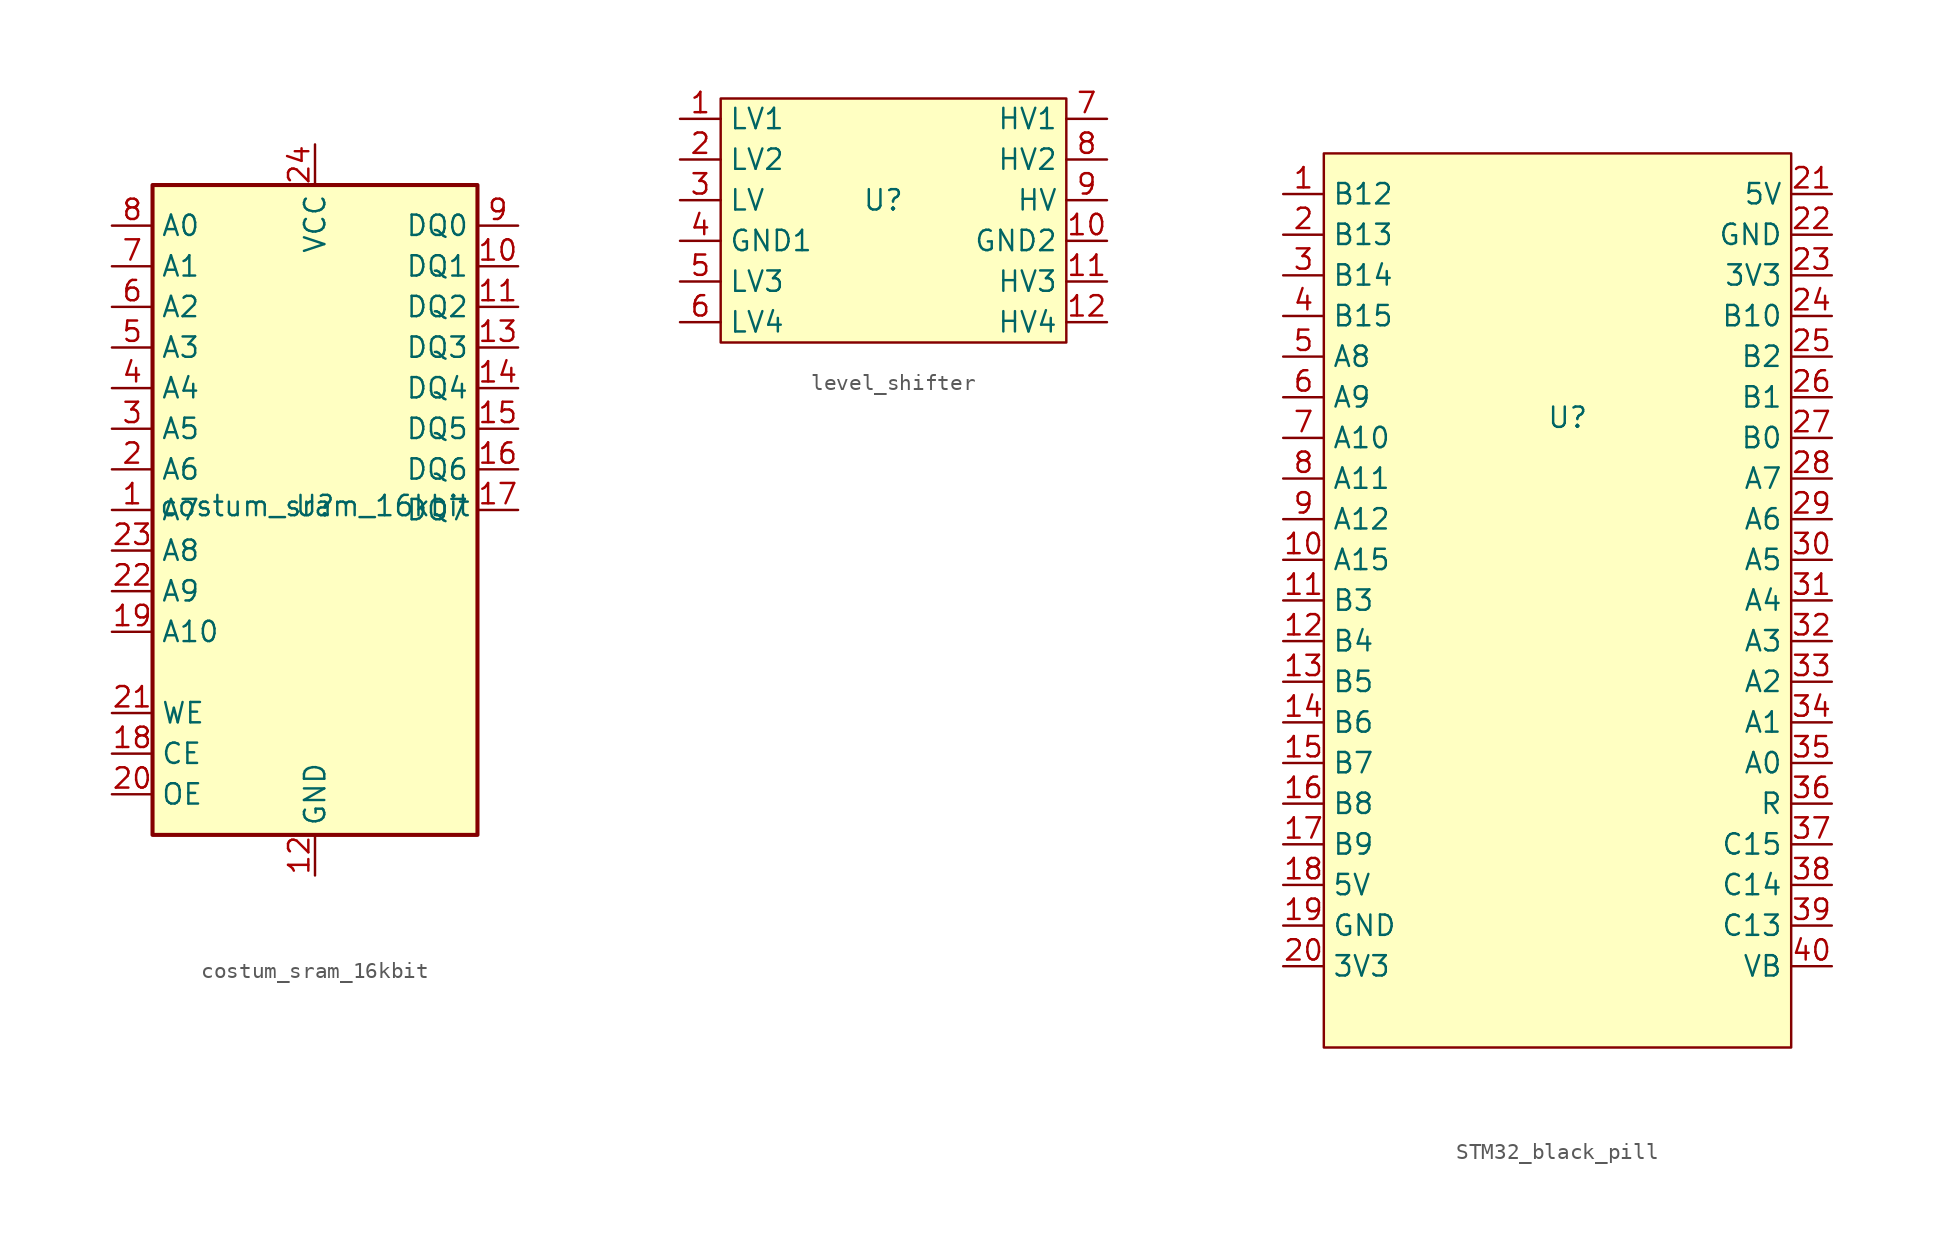
<source format=kicad_sym>
(kicad_symbol_lib
  (version 20241209)
  (generator "kicad_symbol_editor")
  (generator_version "9.0")
  (symbol "costum_sram_16kbit"
    (property "Reference" "U"
      (at 0 0.254 0)
      (effects (font (size 1.27 1.27))))
    (property "Value" "costum_sram_16kbit"
      (at 0 0.254 0)
      (effects (font (size 1.27 1.27))))
    (symbol "costum_sram_16kbit_1_1"
      (rectangle (start -10.16 20.32) (end 10.16 -20.32) (stroke (width 0.254) (type default)) (fill (type background)))
      (pin input line (at -12.7 17.78 0) (length 2.54) (name "A0" (effects (font (size 1.27 1.27)))) (number "8" (effects (font (size 1.27 1.27)))))
      (pin input line (at -12.7 15.24 0) (length 2.54) (name "A1" (effects (font (size 1.27 1.27)))) (number "7" (effects (font (size 1.27 1.27)))))
      (pin input line (at -12.7 12.7 0) (length 2.54) (name "A2" (effects (font (size 1.27 1.27)))) (number "6" (effects (font (size 1.27 1.27)))))
      (pin input line (at -12.7 10.16 0) (length 2.54) (name "A3" (effects (font (size 1.27 1.27)))) (number "5" (effects (font (size 1.27 1.27)))))
      (pin input line (at -12.7 7.62 0) (length 2.54) (name "A4" (effects (font (size 1.27 1.27)))) (number "4" (effects (font (size 1.27 1.27)))))
      (pin input line (at -12.7 5.08 0) (length 2.54) (name "A5" (effects (font (size 1.27 1.27)))) (number "3" (effects (font (size 1.27 1.27)))))
      (pin input line (at -12.7 2.54 0) (length 2.54) (name "A6" (effects (font (size 1.27 1.27)))) (number "2" (effects (font (size 1.27 1.27)))))
      (pin input line (at -12.7 0 0) (length 2.54) (name "A7" (effects (font (size 1.27 1.27)))) (number "1" (effects (font (size 1.27 1.27)))))
      (pin input line (at -12.7 -2.54 0) (length 2.54) (name "A8" (effects (font (size 1.27 1.27)))) (number "23" (effects (font (size 1.27 1.27)))))
      (pin input line (at -12.7 -5.08 0) (length 2.54) (name "A9" (effects (font (size 1.27 1.27)))) (number "22" (effects (font (size 1.27 1.27)))))
      (pin input line (at -12.7 -7.62 0) (length 2.54) (name "A10" (effects (font (size 1.27 1.27)))) (number "19" (effects (font (size 1.27 1.27)))))
      (pin input line (at -12.7 -12.7 0) (length 2.54) (name "WE" (effects (font (size 1.27 1.27)))) (number "21" (effects (font (size 1.27 1.27)))))
      (pin input line (at -12.7 -15.24 0) (length 2.54) (name "CE" (effects (font (size 1.27 1.27)))) (number "18" (effects (font (size 1.27 1.27)))))
      (pin input line (at -12.7 -17.78 0) (length 2.54) (name "OE" (effects (font (size 1.27 1.27)))) (number "20" (effects (font (size 1.27 1.27)))))
      (pin power_in line (at 0 22.86 270) (length 2.54) (name "VCC" (effects (font (size 1.27 1.27)))) (number "24" (effects (font (size 1.27 1.27)))))
      (pin power_in line (at 0 -22.86 90) (length 2.54) (name "GND" (effects (font (size 1.27 1.27)))) (number "12" (effects (font (size 1.27 1.27)))))
      (pin bidirectional line (at 12.7 17.78 180) (length 2.54) (name "DQ0" (effects (font (size 1.27 1.27)))) (number "9" (effects (font (size 1.27 1.27)))))
      (pin bidirectional line (at 12.7 15.24 180) (length 2.54) (name "DQ1" (effects (font (size 1.27 1.27)))) (number "10" (effects (font (size 1.27 1.27)))))
      (pin bidirectional line (at 12.7 12.7 180) (length 2.54) (name "DQ2" (effects (font (size 1.27 1.27)))) (number "11" (effects (font (size 1.27 1.27)))))
      (pin bidirectional line (at 12.7 10.16 180) (length 2.54) (name "DQ3" (effects (font (size 1.27 1.27)))) (number "13" (effects (font (size 1.27 1.27)))))
      (pin bidirectional line (at 12.7 7.62 180) (length 2.54) (name "DQ4" (effects (font (size 1.27 1.27)))) (number "14" (effects (font (size 1.27 1.27)))))
      (pin bidirectional line (at 12.7 5.08 180) (length 2.54) (name "DQ5" (effects (font (size 1.27 1.27)))) (number "15" (effects (font (size 1.27 1.27)))))
      (pin bidirectional line (at 12.7 2.54 180) (length 2.54) (name "DQ6" (effects (font (size 1.27 1.27)))) (number "16" (effects (font (size 1.27 1.27)))))
      (pin bidirectional line (at 12.7 0 180) (length 2.54) (name "DQ7" (effects (font (size 1.27 1.27)))) (number "17" (effects (font (size 1.27 1.27)))))))
  (symbol "level_shifter"
    (property "Reference" "U"
      (at 0 0 0)
      (effects (font (size 1.27 1.27))))
    (property "Value" ""
      (at 0 0 0)
      (effects (font (size 1.27 1.27))))
    (symbol "level_shifter_1_1"
      (rectangle (start -10.16 6.35) (end 11.43 -8.89) (stroke (width 0) (type solid)) (fill (type background)))
      (pin bidirectional line (at -12.7 5.08 0) (length 2.54) (name "LV1" (effects (font (size 1.27 1.27)))) (number "1" (effects (font (size 1.27 1.27)))))
      (pin bidirectional line (at -12.7 2.54 0) (length 2.54) (name "LV2" (effects (font (size 1.27 1.27)))) (number "2" (effects (font (size 1.27 1.27)))))
      (pin power_in line (at -12.7 0 0) (length 2.54) (name "LV" (effects (font (size 1.27 1.27)))) (number "3" (effects (font (size 1.27 1.27)))))
      (pin power_in line (at -12.7 -2.54 0) (length 2.54) (name "GND1" (effects (font (size 1.27 1.27)))) (number "4" (effects (font (size 1.27 1.27)))))
      (pin bidirectional line (at -12.7 -5.08 0) (length 2.54) (name "LV3" (effects (font (size 1.27 1.27)))) (number "5" (effects (font (size 1.27 1.27)))))
      (pin bidirectional line (at -12.7 -7.62 0) (length 2.54) (name "LV4" (effects (font (size 1.27 1.27)))) (number "6" (effects (font (size 1.27 1.27)))))
      (pin bidirectional line (at 13.97 5.08 180) (length 2.54) (name "HV1" (effects (font (size 1.27 1.27)))) (number "7" (effects (font (size 1.27 1.27)))))
      (pin bidirectional line (at 13.97 2.54 180) (length 2.54) (name "HV2" (effects (font (size 1.27 1.27)))) (number "8" (effects (font (size 1.27 1.27)))))
      (pin power_in line (at 13.97 0 180) (length 2.54) (name "HV" (effects (font (size 1.27 1.27)))) (number "9" (effects (font (size 1.27 1.27)))))
      (pin power_in line (at 13.97 -2.54 180) (length 2.54) (name "GND2" (effects (font (size 1.27 1.27)))) (number "10" (effects (font (size 1.27 1.27)))))
      (pin bidirectional line (at 13.97 -5.08 180) (length 2.54) (name "HV3" (effects (font (size 1.27 1.27)))) (number "11" (effects (font (size 1.27 1.27)))))
      (pin bidirectional line (at 13.97 -7.62 180) (length 2.54) (name "HV4" (effects (font (size 1.27 1.27)))) (number "12" (effects (font (size 1.27 1.27)))))))
  (symbol "STM32_black_pill"
    (property "Reference" "U"
      (at 0 0 0)
      (effects (font (size 1.27 1.27))))
    (property "Value" ""
      (at 0 0 0)
      (effects (font (size 1.27 1.27))))
    (symbol "STM32_black_pill_1_1"
      (rectangle (start -15.24 16.51) (end 13.97 -39.37) (stroke (width 0) (type solid)) (fill (type background)))
      (pin bidirectional line (at -17.78 13.97 0) (length 2.54) (name "B12" (effects (font (size 1.27 1.27)))) (number "1" (effects (font (size 1.27 1.27)))))
      (pin bidirectional line (at -17.78 11.43 0) (length 2.54) (name "B13" (effects (font (size 1.27 1.27)))) (number "2" (effects (font (size 1.27 1.27)))))
      (pin bidirectional line (at -17.78 8.89 0) (length 2.54) (name "B14" (effects (font (size 1.27 1.27)))) (number "3" (effects (font (size 1.27 1.27)))))
      (pin bidirectional line (at -17.78 6.35 0) (length 2.54) (name "B15" (effects (font (size 1.27 1.27)))) (number "4" (effects (font (size 1.27 1.27)))))
      (pin bidirectional line (at -17.78 3.81 0) (length 2.54) (name "A8" (effects (font (size 1.27 1.27)))) (number "5" (effects (font (size 1.27 1.27)))))
      (pin bidirectional line (at -17.78 1.27 0) (length 2.54) (name "A9" (effects (font (size 1.27 1.27)))) (number "6" (effects (font (size 1.27 1.27)))))
      (pin bidirectional line (at -17.78 -1.27 0) (length 2.54) (name "A10" (effects (font (size 1.27 1.27)))) (number "7" (effects (font (size 1.27 1.27)))))
      (pin bidirectional line (at -17.78 -3.81 0) (length 2.54) (name "A11" (effects (font (size 1.27 1.27)))) (number "8" (effects (font (size 1.27 1.27)))))
      (pin bidirectional line (at -17.78 -6.35 0) (length 2.54) (name "A12" (effects (font (size 1.27 1.27)))) (number "9" (effects (font (size 1.27 1.27)))))
      (pin bidirectional line (at -17.78 -8.89 0) (length 2.54) (name "A15" (effects (font (size 1.27 1.27)))) (number "10" (effects (font (size 1.27 1.27)))))
      (pin bidirectional line (at -17.78 -11.43 0) (length 2.54) (name "B3" (effects (font (size 1.27 1.27)))) (number "11" (effects (font (size 1.27 1.27)))))
      (pin bidirectional line (at -17.78 -13.97 0) (length 2.54) (name "B4" (effects (font (size 1.27 1.27)))) (number "12" (effects (font (size 1.27 1.27)))))
      (pin bidirectional line (at -17.78 -16.51 0) (length 2.54) (name "B5" (effects (font (size 1.27 1.27)))) (number "13" (effects (font (size 1.27 1.27)))))
      (pin bidirectional line (at -17.78 -19.05 0) (length 2.54) (name "B6" (effects (font (size 1.27 1.27)))) (number "14" (effects (font (size 1.27 1.27)))))
      (pin bidirectional line (at -17.78 -21.59 0) (length 2.54) (name "B7" (effects (font (size 1.27 1.27)))) (number "15" (effects (font (size 1.27 1.27)))))
      (pin bidirectional line (at -17.78 -24.13 0) (length 2.54) (name "B8" (effects (font (size 1.27 1.27)))) (number "16" (effects (font (size 1.27 1.27)))))
      (pin bidirectional line (at -17.78 -26.67 0) (length 2.54) (name "B9" (effects (font (size 1.27 1.27)))) (number "17" (effects (font (size 1.27 1.27)))))
      (pin power_out line (at -17.78 -29.21 0) (length 2.54) (name "5V" (effects (font (size 1.27 1.27)))) (number "18" (effects (font (size 1.27 1.27)))))
      (pin power_out line (at -17.78 -31.75 0) (length 2.54) (name "GND" (effects (font (size 1.27 1.27)))) (number "19" (effects (font (size 1.27 1.27)))))
      (pin power_out line (at -17.78 -34.29 0) (length 2.54) (name "3V3" (effects (font (size 1.27 1.27)))) (number "20" (effects (font (size 1.27 1.27)))))
      (pin power_out line (at 16.51 13.97 180) (length 2.54) (name "5V" (effects (font (size 1.27 1.27)))) (number "21" (effects (font (size 1.27 1.27)))))
      (pin power_out line (at 16.51 11.43 180) (length 2.54) (name "GND" (effects (font (size 1.27 1.27)))) (number "22" (effects (font (size 1.27 1.27)))))
      (pin power_out line (at 16.51 8.89 180) (length 2.54) (name "3V3" (effects (font (size 1.27 1.27)))) (number "23" (effects (font (size 1.27 1.27)))))
      (pin bidirectional line (at 16.51 6.35 180) (length 2.54) (name "B10" (effects (font (size 1.27 1.27)))) (number "24" (effects (font (size 1.27 1.27)))))
      (pin bidirectional line (at 16.51 3.81 180) (length 2.54) (name "B2" (effects (font (size 1.27 1.27)))) (number "25" (effects (font (size 1.27 1.27)))))
      (pin bidirectional line (at 16.51 1.27 180) (length 2.54) (name "B1" (effects (font (size 1.27 1.27)))) (number "26" (effects (font (size 1.27 1.27)))))
      (pin bidirectional line (at 16.51 -1.27 180) (length 2.54) (name "B0" (effects (font (size 1.27 1.27)))) (number "27" (effects (font (size 1.27 1.27)))))
      (pin bidirectional line (at 16.51 -3.81 180) (length 2.54) (name "A7" (effects (font (size 1.27 1.27)))) (number "28" (effects (font (size 1.27 1.27)))))
      (pin bidirectional line (at 16.51 -6.35 180) (length 2.54) (name "A6" (effects (font (size 1.27 1.27)))) (number "29" (effects (font (size 1.27 1.27)))))
      (pin bidirectional line (at 16.51 -8.89 180) (length 2.54) (name "A5" (effects (font (size 1.27 1.27)))) (number "30" (effects (font (size 1.27 1.27)))))
      (pin bidirectional line (at 16.51 -11.43 180) (length 2.54) (name "A4" (effects (font (size 1.27 1.27)))) (number "31" (effects (font (size 1.27 1.27)))))
      (pin bidirectional line (at 16.51 -13.97 180) (length 2.54) (name "A3" (effects (font (size 1.27 1.27)))) (number "32" (effects (font (size 1.27 1.27)))))
      (pin bidirectional line (at 16.51 -16.51 180) (length 2.54) (name "A2" (effects (font (size 1.27 1.27)))) (number "33" (effects (font (size 1.27 1.27)))))
      (pin bidirectional line (at 16.51 -19.05 180) (length 2.54) (name "A1" (effects (font (size 1.27 1.27)))) (number "34" (effects (font (size 1.27 1.27)))))
      (pin bidirectional line (at 16.51 -21.59 180) (length 2.54) (name "A0" (effects (font (size 1.27 1.27)))) (number "35" (effects (font (size 1.27 1.27)))))
      (pin bidirectional line (at 16.51 -24.13 180) (length 2.54) (name "R" (effects (font (size 1.27 1.27)))) (number "36" (effects (font (size 1.27 1.27)))))
      (pin bidirectional line (at 16.51 -26.67 180) (length 2.54) (name "C15" (effects (font (size 1.27 1.27)))) (number "37" (effects (font (size 1.27 1.27)))))
      (pin bidirectional line (at 16.51 -29.21 180) (length 2.54) (name "C14" (effects (font (size 1.27 1.27)))) (number "38" (effects (font (size 1.27 1.27)))))
      (pin bidirectional line (at 16.51 -31.75 180) (length 2.54) (name "C13" (effects (font (size 1.27 1.27)))) (number "39" (effects (font (size 1.27 1.27)))))
      (pin bidirectional line (at 16.51 -34.29 180) (length 2.54) (name "VB" (effects (font (size 1.27 1.27)))) (number "40" (effects (font (size 1.27 1.27))))))))
</source>
